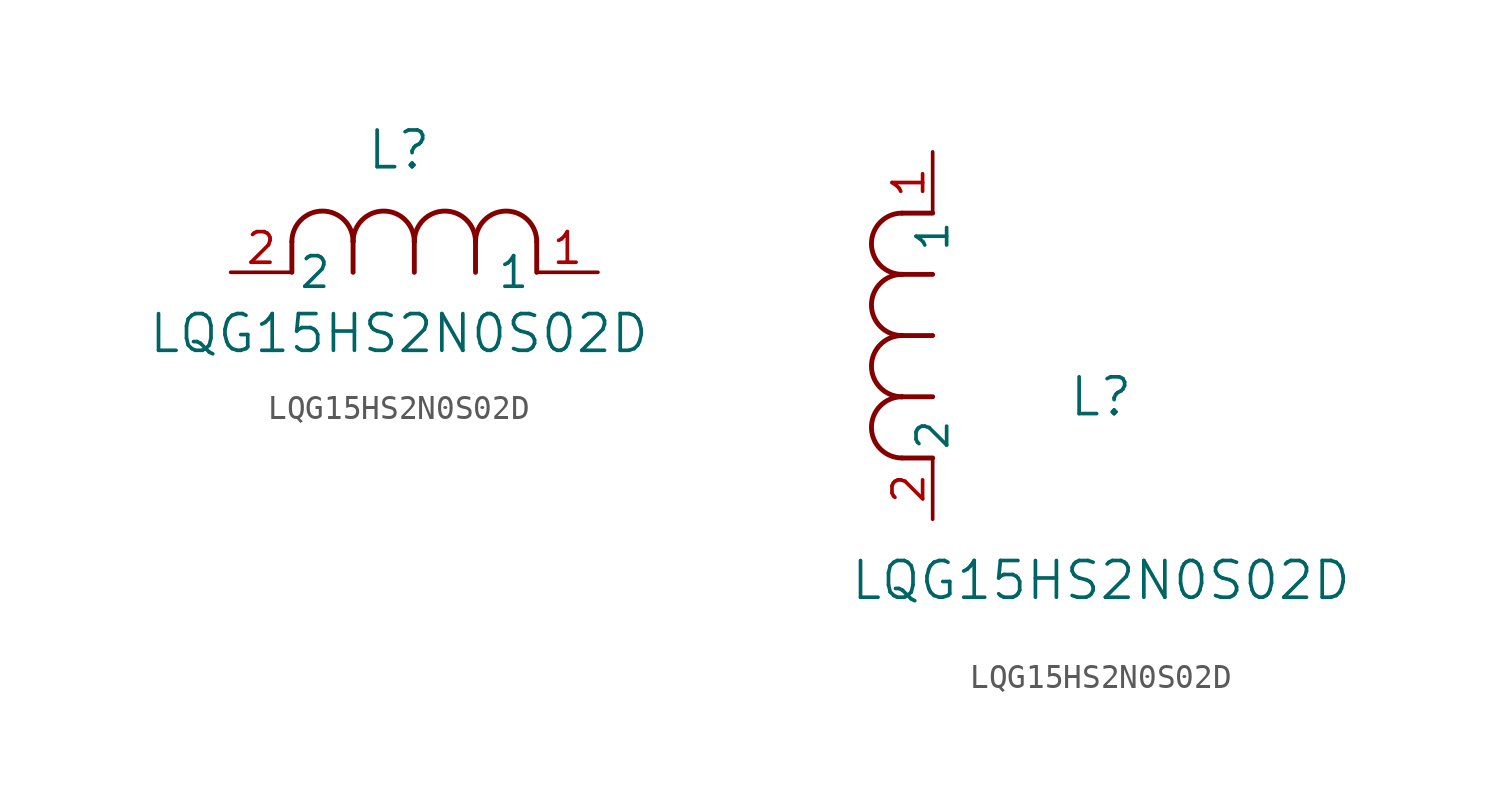
<source format=kicad_sym>
(kicad_symbol_lib
  (version 20211014)
  (generator kicad_symbol_editor)
  (symbol "LQG15HS2N0S02D"
    (pin_names
      (offset 0.254))
    (property "Reference" "L"
      (at 6.985 5.08 0)
      (effects (font (size 1.524 1.524))))
    (property "Value" "LQG15HS2N0S02D"
      (at 6.985 -2.54 0)
      (effects (font (size 1.524 1.524))))
    (symbol "LQG15HS2N0S02D_1_1"
      (arc (start 7.62 1.27) (mid 6.35 2.54) (end 5.08 1.27) (stroke (width 0.2032) (type default) (color 0 0 0 0)) (fill (type none)))
      (polyline (pts (xy 5.08 0) (xy 5.08 1.27)) (stroke (width 0.203) (type default) (color 0 0 0 0)) (fill (type none)))
      (polyline (pts (xy 7.62 0) (xy 7.62 1.27)) (stroke (width 0.203) (type default) (color 0 0 0 0)) (fill (type none)))
      (polyline (pts (xy 12.7 0) (xy 12.7 1.27)) (stroke (width 0.203) (type default) (color 0 0 0 0)) (fill (type none)))
      (arc (start 5.08 1.27) (mid 3.81 2.54) (end 2.54 1.27) (stroke (width 0.2032) (type default) (color 0 0 0 0)) (fill (type none)))
      (arc (start 10.16 1.27) (mid 8.89 2.54) (end 7.62 1.27) (stroke (width 0.2032) (type default) (color 0 0 0 0)) (fill (type none)))
      (arc (start 12.7 1.27) (mid 11.43 2.54) (end 10.16 1.27) (stroke (width 0.2032) (type default) (color 0 0 0 0)) (fill (type none)))
      (polyline (pts (xy 2.54 0) (xy 2.54 1.27)) (stroke (width 0.203) (type default) (color 0 0 0 0)) (fill (type none)))
      (polyline (pts (xy 10.16 0) (xy 10.16 1.27)) (stroke (width 0.203) (type default) (color 0 0 0 0)) (fill (type none)))
      (pin unspecified line (at 0 0 0) (length 2.54) (name "2" (effects (font (size 1.27 1.27)))) (number "2" (effects (font (size 1.27 1.27)))))
      (pin unspecified line (at 15.24 0 180) (length 2.54) (name "1" (effects (font (size 1.27 1.27)))) (number "1" (effects (font (size 1.27 1.27))))))
    (symbol "LQG15HS2N0S02D_1_2"
      (arc (start -1.27 7.62) (mid -2.54 6.35) (end -1.27 5.08) (stroke (width 0.2032) (type default) (color 0 0 0 0)) (fill (type none)))
      (arc (start -1.27 5.08) (mid -2.54 3.81) (end -1.27 2.54) (stroke (width 0.2032) (type default) (color 0 0 0 0)) (fill (type none)))
      (arc (start -1.27 12.7) (mid -2.54 11.43) (end -1.27 10.16) (stroke (width 0.2032) (type default) (color 0 0 0 0)) (fill (type none)))
      (arc (start -1.27 10.16) (mid -2.54 8.89) (end -1.27 7.62) (stroke (width 0.2032) (type default) (color 0 0 0 0)) (fill (type none)))
      (polyline (pts (xy 0 7.62) (xy -1.27 7.62)) (stroke (width 0.203) (type default) (color 0 0 0 0)) (fill (type none)))
      (polyline (pts (xy 0 5.08) (xy -1.27 5.08)) (stroke (width 0.203) (type default) (color 0 0 0 0)) (fill (type none)))
      (polyline (pts (xy 0 12.7) (xy -1.27 12.7)) (stroke (width 0.203) (type default) (color 0 0 0 0)) (fill (type none)))
      (polyline (pts (xy 0 2.54) (xy -1.27 2.54)) (stroke (width 0.203) (type default) (color 0 0 0 0)) (fill (type none)))
      (polyline (pts (xy 0 10.16) (xy -1.27 10.16)) (stroke (width 0.203) (type default) (color 0 0 0 0)) (fill (type none)))
      (pin unspecified line (at 0 0 90) (length 2.54) (name "2" (effects (font (size 1.27 1.27)))) (number "2" (effects (font (size 1.27 1.27)))))
      (pin unspecified line (at 0 15.24 270) (length 2.54) (name "1" (effects (font (size 1.27 1.27)))) (number "1" (effects (font (size 1.27 1.27))))))))
</source>
